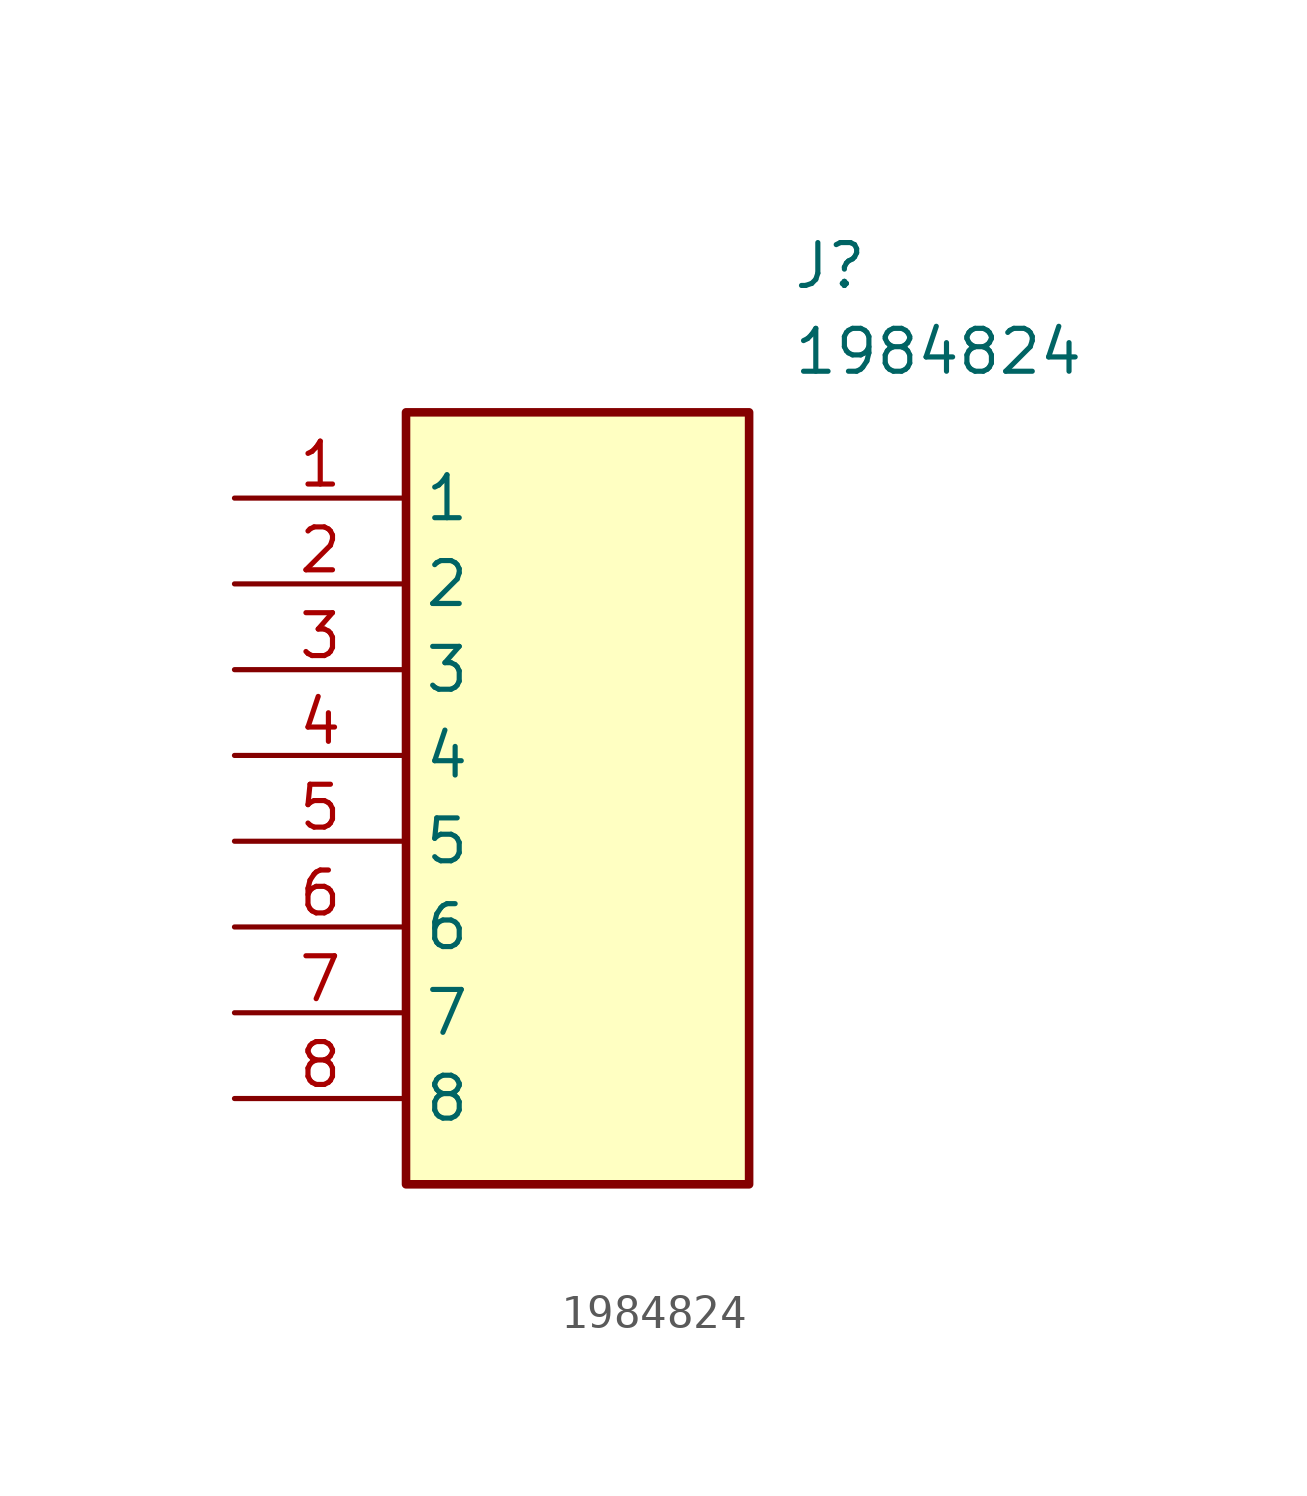
<source format=kicad_sym>
(kicad_symbol_lib
  (version 20211014)
  (generator SamacSys_ECAD_Model)
  (symbol "1984824"
    (property "Reference" "J"
      (at 16.51 7.62 0)
      (effects (font (size 1.27 1.27)) (justify left top)))
    (property "Value" "1984824"
      (at 16.51 5.08 0)
      (effects (font (size 1.27 1.27)) (justify left top)))
    (rectangle
      (start 5.08 2.54)
      (end 15.24 -20.32)
      (stroke (width 0.254) (type default))
      (fill (type background)))
    (pin passive line
      (at 0 0 0)
      (length 5.08)
      (name "1" (effects (font (size 1.27 1.27))))
      (number "1" (effects (font (size 1.27 1.27)))))
    (pin passive line
      (at 0 -2.54 0)
      (length 5.08)
      (name "2" (effects (font (size 1.27 1.27))))
      (number "2" (effects (font (size 1.27 1.27)))))
    (pin passive line
      (at 0 -5.08 0)
      (length 5.08)
      (name "3" (effects (font (size 1.27 1.27))))
      (number "3" (effects (font (size 1.27 1.27)))))
    (pin passive line
      (at 0 -7.62 0)
      (length 5.08)
      (name "4" (effects (font (size 1.27 1.27))))
      (number "4" (effects (font (size 1.27 1.27)))))
    (pin passive line
      (at 0 -10.16 0)
      (length 5.08)
      (name "5" (effects (font (size 1.27 1.27))))
      (number "5" (effects (font (size 1.27 1.27)))))
    (pin passive line
      (at 0 -12.7 0)
      (length 5.08)
      (name "6" (effects (font (size 1.27 1.27))))
      (number "6" (effects (font (size 1.27 1.27)))))
    (pin passive line
      (at 0 -15.24 0)
      (length 5.08)
      (name "7" (effects (font (size 1.27 1.27))))
      (number "7" (effects (font (size 1.27 1.27)))))
    (pin passive line
      (at 0 -17.78 0)
      (length 5.08)
      (name "8" (effects (font (size 1.27 1.27))))
      (number "8" (effects (font (size 1.27 1.27)))))))
</source>
